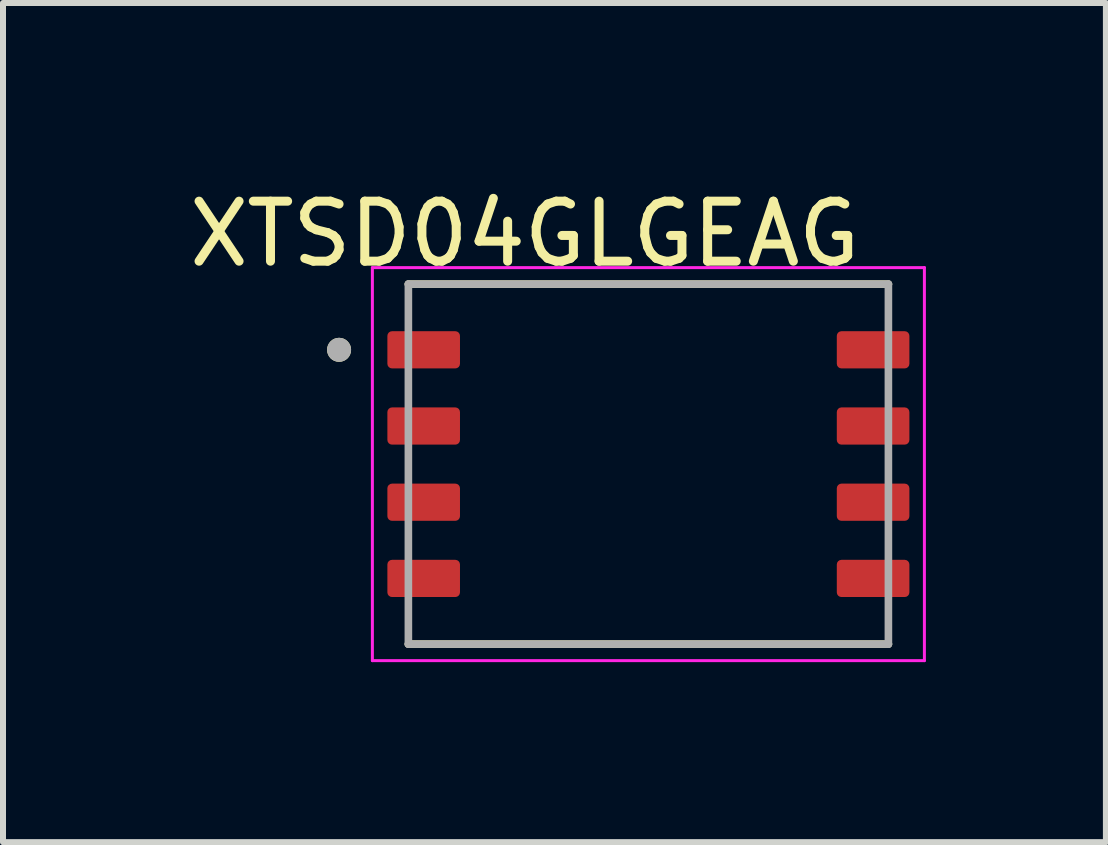
<source format=kicad_pcb>
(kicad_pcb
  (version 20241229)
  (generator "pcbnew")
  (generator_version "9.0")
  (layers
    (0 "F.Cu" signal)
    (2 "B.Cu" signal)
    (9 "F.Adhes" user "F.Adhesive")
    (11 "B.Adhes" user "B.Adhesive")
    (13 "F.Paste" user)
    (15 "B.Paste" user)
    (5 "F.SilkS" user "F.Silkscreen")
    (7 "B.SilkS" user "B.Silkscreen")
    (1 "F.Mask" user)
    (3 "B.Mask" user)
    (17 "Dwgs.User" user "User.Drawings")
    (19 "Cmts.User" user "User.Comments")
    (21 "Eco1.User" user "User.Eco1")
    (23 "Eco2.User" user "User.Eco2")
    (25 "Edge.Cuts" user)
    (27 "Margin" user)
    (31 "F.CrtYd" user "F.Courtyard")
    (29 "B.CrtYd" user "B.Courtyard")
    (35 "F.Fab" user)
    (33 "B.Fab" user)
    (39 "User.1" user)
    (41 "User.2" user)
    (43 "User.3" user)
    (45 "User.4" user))
  (footprint "XTSD04GLGEAG"
    (layer "F.Cu")
    (at 7.756 4.685)
    (property "Reference" "XTSD04GLGEAG" (at -2.06 -3.837 0) (layer "F.SilkS") (effects (font (size 1 1) (thickness 0.15))))
    (attr smd)
    (fp_line (start -4 -3) (end 4 -3) (stroke (width 0.127) (type solid)) (layer "F.SilkS"))
    (fp_line (start -4 3) (end 4 3) (stroke (width 0.127) (type solid)) (layer "F.SilkS"))
    (fp_circle (center -5.155 -1.905) (end -5.055 -1.905) (stroke (width 0.2) (type solid)) (fill no) (layer "F.SilkS"))
    (fp_line (start -4.6 -3.275) (end -4.6 3.275) (stroke (width 0.05) (type solid)) (layer "F.CrtYd"))
    (fp_line (start -4.6 -3.275) (end 4.6 -3.275) (stroke (width 0.05) (type solid)) (layer "F.CrtYd"))
    (fp_line (start -4.6 3.275) (end 4.6 3.275) (stroke (width 0.05) (type solid)) (layer "F.CrtYd"))
    (fp_line (start 4.6 -3.275) (end 4.6 3.275) (stroke (width 0.05) (type solid)) (layer "F.CrtYd"))
    (fp_line (start -4 -3) (end -4 3) (stroke (width 0.127) (type solid)) (layer "F.Fab"))
    (fp_line (start -4 -3) (end 4 -3) (stroke (width 0.127) (type solid)) (layer "F.Fab"))
    (fp_line (start -4 3) (end 4 3) (stroke (width 0.127) (type solid)) (layer "F.Fab"))
    (fp_line (start 4 -3) (end 4 3) (stroke (width 0.127) (type solid)) (layer "F.Fab"))
    (fp_circle (center -5.155 -1.905) (end -5.055 -1.905) (stroke (width 0.2) (type solid)) (fill no) (layer "F.Fab"))
    (pad "1" smd roundrect (at -3.745 -1.905) (size 1.21 0.62) (layers "F.Cu" "F.Mask" "F.Paste") (roundrect_rratio 0.125))
    (pad "2" smd roundrect (at -3.745 -0.635) (size 1.21 0.62) (layers "F.Cu" "F.Mask" "F.Paste") (roundrect_rratio 0.125))
    (pad "3" smd roundrect (at -3.745 0.635) (size 1.21 0.62) (layers "F.Cu" "F.Mask" "F.Paste") (roundrect_rratio 0.125))
    (pad "4" smd roundrect (at -3.745 1.905) (size 1.21 0.62) (layers "F.Cu" "F.Mask" "F.Paste") (roundrect_rratio 0.125))
    (pad "5" smd roundrect (at 3.745 1.905) (size 1.21 0.62) (layers "F.Cu" "F.Mask" "F.Paste") (roundrect_rratio 0.125))
    (pad "6" smd roundrect (at 3.745 0.635) (size 1.21 0.62) (layers "F.Cu" "F.Mask" "F.Paste") (roundrect_rratio 0.125))
    (pad "7" smd roundrect (at 3.745 -0.635) (size 1.21 0.62) (layers "F.Cu" "F.Mask" "F.Paste") (roundrect_rratio 0.125))
    (pad "8" smd roundrect (at 3.745 -1.905) (size 1.21 0.62) (layers "F.Cu" "F.Mask" "F.Paste") (roundrect_rratio 0.125)))
  (gr_rect
    (start -3 -3)
    (end 15.381 10.985)
    (stroke (width 0.1) (type default))
    (fill no)
    (layer "Edge.Cuts")))
</source>
